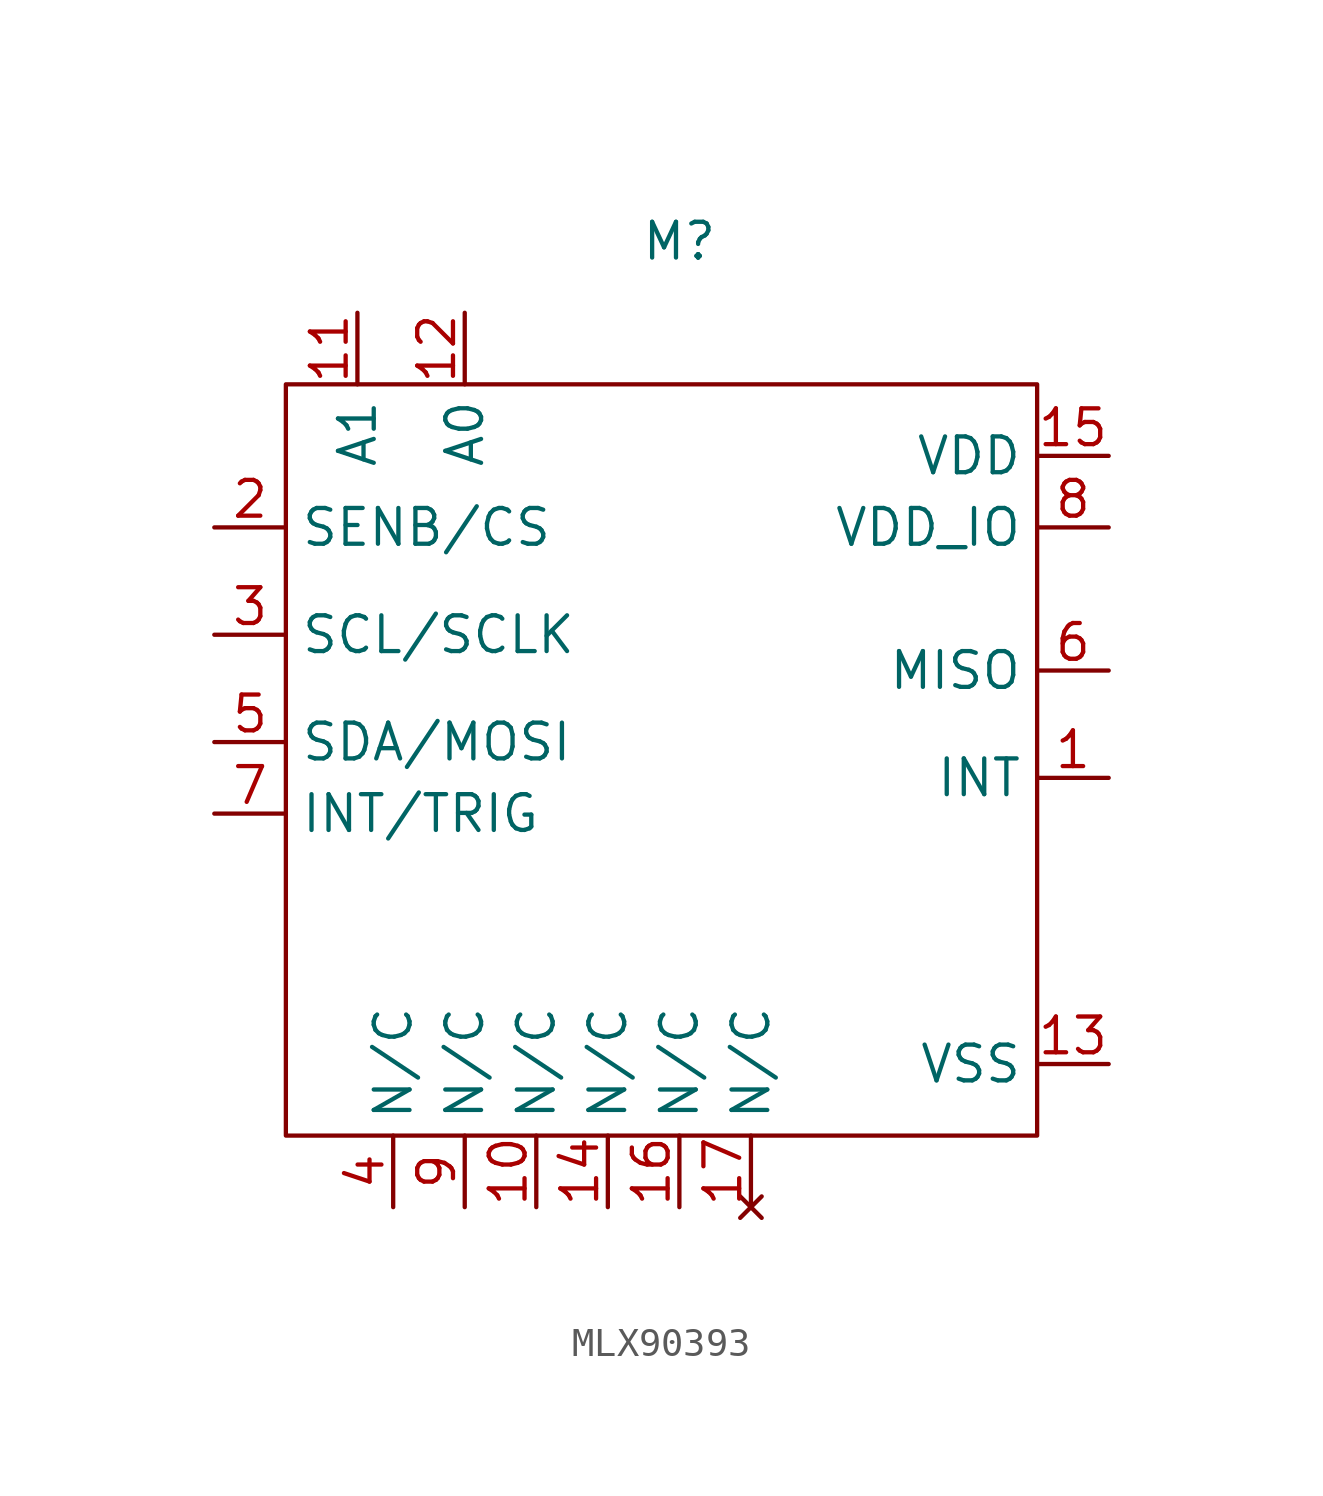
<source format=kicad_sym>
(kicad_symbol_lib
  (version 20220914)
  (generator kicad_symbol_editor)
  (symbol "MLX90393"
    (property "Reference" "M"
      (at 0 17.78 0)
      (effects (font (size 1.27 1.27))))
    (property "Value" ""
      (at 0 0 0)
      (effects (font (size 1.27 1.27))))
    (symbol "MLX90393_0_1"
      (rectangle (start -13.97 12.7) (end 12.7 -13.97) (stroke (width 0) (type default)) (fill (type none))))
    (symbol "MLX90393_1_1"
      (pin output line (at 15.24 -1.27 180) (length 2.54) (name "INT" (effects (font (size 1.27 1.27)))) (number "1" (effects (font (size 1.27 1.27)))))
      (pin passive line (at -5.08 -16.51 90) (length 2.54) (name "N/C" (effects (font (size 1.27 1.27)))) (number "10" (effects (font (size 1.27 1.27)))))
      (pin passive line (at -11.43 15.24 270) (length 2.54) (name "A1" (effects (font (size 1.27 1.27)))) (number "11" (effects (font (size 1.27 1.27)))))
      (pin passive line (at -7.62 15.24 270) (length 2.54) (name "A0" (effects (font (size 1.27 1.27)))) (number "12" (effects (font (size 1.27 1.27)))))
      (pin power_in line (at 15.24 -11.43 180) (length 2.54) (name "VSS" (effects (font (size 1.27 1.27)))) (number "13" (effects (font (size 1.27 1.27)))))
      (pin passive line (at -2.54 -16.51 90) (length 2.54) (name "N/C" (effects (font (size 1.27 1.27)))) (number "14" (effects (font (size 1.27 1.27)))))
      (pin power_in line (at 15.24 10.16 180) (length 2.54) (name "VDD" (effects (font (size 1.27 1.27)))) (number "15" (effects (font (size 1.27 1.27)))))
      (pin passive line (at 0 -16.51 90) (length 2.54) (name "N/C" (effects (font (size 1.27 1.27)))) (number "16" (effects (font (size 1.27 1.27)))))
      (pin no_connect line (at 2.54 -16.51 90) (length 2.54) (name "N/C" (effects (font (size 1.27 1.27)))) (number "17" (effects (font (size 1.27 1.27)))))
      (pin input line (at -16.51 7.62 0) (length 2.54) (name "SENB/CS" (effects (font (size 1.27 1.27)))) (number "2" (effects (font (size 1.27 1.27)))))
      (pin input line (at -16.51 3.81 0) (length 2.54) (name "SCL/SCLK" (effects (font (size 1.27 1.27)))) (number "3" (effects (font (size 1.27 1.27)))))
      (pin passive line (at -10.16 -16.51 90) (length 2.54) (name "N/C" (effects (font (size 1.27 1.27)))) (number "4" (effects (font (size 1.27 1.27)))))
      (pin bidirectional line (at -16.51 0 0) (length 2.54) (name "SDA/MOSI" (effects (font (size 1.27 1.27)))) (number "5" (effects (font (size 1.27 1.27)))))
      (pin output line (at 15.24 2.54 180) (length 2.54) (name "MISO" (effects (font (size 1.27 1.27)))) (number "6" (effects (font (size 1.27 1.27)))))
      (pin bidirectional line (at -16.51 -2.54 0) (length 2.54) (name "INT/TRIG" (effects (font (size 1.27 1.27)))) (number "7" (effects (font (size 1.27 1.27)))))
      (pin power_in line (at 15.24 7.62 180) (length 2.54) (name "VDD_IO" (effects (font (size 1.27 1.27)))) (number "8" (effects (font (size 1.27 1.27)))))
      (pin passive line (at -7.62 -16.51 90) (length 2.54) (name "N/C" (effects (font (size 1.27 1.27)))) (number "9" (effects (font (size 1.27 1.27))))))))
</source>
